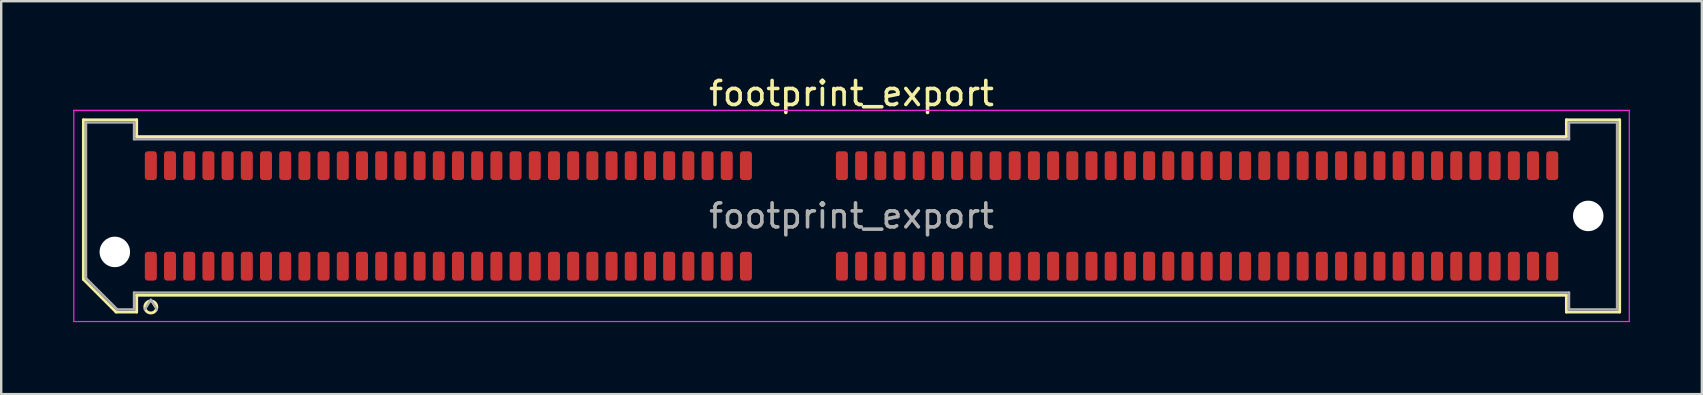
<source format=kicad_pcb>
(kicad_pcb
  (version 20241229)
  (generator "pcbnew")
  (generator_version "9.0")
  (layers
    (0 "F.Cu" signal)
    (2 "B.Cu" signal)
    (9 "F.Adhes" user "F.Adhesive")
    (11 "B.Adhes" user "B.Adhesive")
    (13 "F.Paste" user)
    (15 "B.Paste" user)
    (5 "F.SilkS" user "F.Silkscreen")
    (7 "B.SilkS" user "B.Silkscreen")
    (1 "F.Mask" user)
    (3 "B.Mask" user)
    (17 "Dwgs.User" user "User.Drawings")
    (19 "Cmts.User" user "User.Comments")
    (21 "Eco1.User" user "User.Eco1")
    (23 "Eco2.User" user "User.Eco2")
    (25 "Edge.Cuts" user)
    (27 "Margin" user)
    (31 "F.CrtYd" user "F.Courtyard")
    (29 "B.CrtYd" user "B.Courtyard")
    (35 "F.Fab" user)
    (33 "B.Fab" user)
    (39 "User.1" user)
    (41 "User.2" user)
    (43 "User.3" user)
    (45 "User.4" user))
  (footprint "footprint_export"
    (layer "F.Cu")
    (at 32.435 5.948)
    (property "Reference" "footprint_export" (at 0 -5.1 0) (layer "F.SilkS") (effects (font (size 1 1) (thickness 0.15))))
    (attr smd)
    (fp_line (start -32.01 -4.005) (end -29.79 -4.005) (stroke (width 0.12) (type solid)) (layer "F.SilkS"))
    (fp_line (start -32.01 2.641) (end -32.01 -4.005) (stroke (width 0.12) (type solid)) (layer "F.SilkS"))
    (fp_line (start -30.646 4.005) (end -32.01 2.641) (stroke (width 0.12) (type solid)) (layer "F.SilkS"))
    (fp_line (start -29.79 -4.005) (end -29.79 -3.305) (stroke (width 0.12) (type solid)) (layer "F.SilkS"))
    (fp_line (start -29.79 -3.305) (end 29.79 -3.305) (stroke (width 0.12) (type solid)) (layer "F.SilkS"))
    (fp_line (start -29.79 3.305) (end -29.79 4.005) (stroke (width 0.12) (type solid)) (layer "F.SilkS"))
    (fp_line (start -29.79 4.005) (end -30.646 4.005) (stroke (width 0.12) (type solid)) (layer "F.SilkS"))
    (fp_line (start 29.79 -4.005) (end 32.01 -4.005) (stroke (width 0.12) (type solid)) (layer "F.SilkS"))
    (fp_line (start 29.79 -3.305) (end 29.79 -4.005) (stroke (width 0.12) (type solid)) (layer "F.SilkS"))
    (fp_line (start 29.79 3.305) (end -29.79 3.305) (stroke (width 0.12) (type solid)) (layer "F.SilkS"))
    (fp_line (start 29.79 4.005) (end 29.79 3.305) (stroke (width 0.12) (type solid)) (layer "F.SilkS"))
    (fp_line (start 32.01 -4.005) (end 32.01 4.005) (stroke (width 0.12) (type solid)) (layer "F.SilkS"))
    (fp_line (start 32.01 4.005) (end 29.79 4.005) (stroke (width 0.12) (type solid)) (layer "F.SilkS"))
    (fp_arc (start -28.95 3.795) (mid -29.45 3.795) (end -28.95 3.795) (stroke (width 0.12) (type solid)) (layer "F.SilkS"))
    (fp_line (start -32.41 -4.4) (end -32.41 4.4) (stroke (width 0.05) (type solid)) (layer "F.CrtYd"))
    (fp_line (start -32.41 4.4) (end 32.41 4.4) (stroke (width 0.05) (type solid)) (layer "F.CrtYd"))
    (fp_line (start 32.41 -4.4) (end -32.41 -4.4) (stroke (width 0.05) (type solid)) (layer "F.CrtYd"))
    (fp_line (start 32.41 4.4) (end 32.41 -4.4) (stroke (width 0.05) (type solid)) (layer "F.CrtYd"))
    (fp_line (start -31.9 -3.895) (end -29.9 -3.895) (stroke (width 0.1) (type solid)) (layer "F.Fab"))
    (fp_line (start -31.9 2.595) (end -31.9 -3.895) (stroke (width 0.1) (type solid)) (layer "F.Fab"))
    (fp_line (start -30.6 3.895) (end -31.9 2.595) (stroke (width 0.1) (type solid)) (layer "F.Fab"))
    (fp_line (start -29.9 -3.895) (end -29.9 -3.195) (stroke (width 0.1) (type solid)) (layer "F.Fab"))
    (fp_line (start -29.9 -3.195) (end 29.9 -3.195) (stroke (width 0.1) (type solid)) (layer "F.Fab"))
    (fp_line (start -29.9 3.195) (end -29.9 3.895) (stroke (width 0.1) (type solid)) (layer "F.Fab"))
    (fp_line (start -29.9 3.895) (end -30.6 3.895) (stroke (width 0.1) (type solid)) (layer "F.Fab"))
    (fp_line (start -29.2 3.495) (end -29.45 3.895) (stroke (width 0.1) (type solid)) (layer "F.Fab"))
    (fp_line (start -29.2 3.495) (end -28.95 3.895) (stroke (width 0.1) (type solid)) (layer "F.Fab"))
    (fp_line (start 29.9 -3.895) (end 31.9 -3.895) (stroke (width 0.1) (type solid)) (layer "F.Fab"))
    (fp_line (start 29.9 -3.195) (end 29.9 -3.895) (stroke (width 0.1) (type solid)) (layer "F.Fab"))
    (fp_line (start 29.9 3.195) (end -29.9 3.195) (stroke (width 0.1) (type solid)) (layer "F.Fab"))
    (fp_line (start 29.9 3.895) (end 29.9 3.195) (stroke (width 0.1) (type solid)) (layer "F.Fab"))
    (fp_line (start 31.9 -3.895) (end 31.9 3.895) (stroke (width 0.1) (type solid)) (layer "F.Fab"))
    (fp_line (start 31.9 3.895) (end 29.9 3.895) (stroke (width 0.1) (type solid)) (layer "F.Fab"))
    (fp_text user "${REFERENCE}" (at 0 0 0) (layer "F.Fab") (effects (font (size 1 1) (thickness 0.15))))
    (pad "" np_thru_hole circle (at -30.7 1.5) (size 1.27 1.27) (drill 1.27) (layers "*.Cu" "*.Mask"))
    (pad "" np_thru_hole circle (at 30.7 0) (size 1.27 1.27) (drill 1.27) (layers "*.Cu" "*.Mask"))
    (pad "1" smd roundrect (at -29.2 2.095) (size 0.5 1.2) (layers "F.Cu" "F.Mask" "F.Paste") (roundrect_rratio 0.25))
    (pad "2" smd roundrect (at -29.2 -2.095) (size 0.5 1.2) (layers "F.Cu" "F.Mask" "F.Paste") (roundrect_rratio 0.25))
    (pad "3" smd roundrect (at -28.4 2.095) (size 0.5 1.2) (layers "F.Cu" "F.Mask" "F.Paste") (roundrect_rratio 0.25))
    (pad "4" smd roundrect (at -28.4 -2.095) (size 0.5 1.2) (layers "F.Cu" "F.Mask" "F.Paste") (roundrect_rratio 0.25))
    (pad "5" smd roundrect (at -27.6 2.095) (size 0.5 1.2) (layers "F.Cu" "F.Mask" "F.Paste") (roundrect_rratio 0.25))
    (pad "6" smd roundrect (at -27.6 -2.095) (size 0.5 1.2) (layers "F.Cu" "F.Mask" "F.Paste") (roundrect_rratio 0.25))
    (pad "7" smd roundrect (at -26.8 2.095) (size 0.5 1.2) (layers "F.Cu" "F.Mask" "F.Paste") (roundrect_rratio 0.25))
    (pad "8" smd roundrect (at -26.8 -2.095) (size 0.5 1.2) (layers "F.Cu" "F.Mask" "F.Paste") (roundrect_rratio 0.25))
    (pad "9" smd roundrect (at -26 2.095) (size 0.5 1.2) (layers "F.Cu" "F.Mask" "F.Paste") (roundrect_rratio 0.25))
    (pad "10" smd roundrect (at -26 -2.095) (size 0.5 1.2) (layers "F.Cu" "F.Mask" "F.Paste") (roundrect_rratio 0.25))
    (pad "11" smd roundrect (at -25.2 2.095) (size 0.5 1.2) (layers "F.Cu" "F.Mask" "F.Paste") (roundrect_rratio 0.25))
    (pad "12" smd roundrect (at -25.2 -2.095) (size 0.5 1.2) (layers "F.Cu" "F.Mask" "F.Paste") (roundrect_rratio 0.25))
    (pad "13" smd roundrect (at -24.4 2.095) (size 0.5 1.2) (layers "F.Cu" "F.Mask" "F.Paste") (roundrect_rratio 0.25))
    (pad "14" smd roundrect (at -24.4 -2.095) (size 0.5 1.2) (layers "F.Cu" "F.Mask" "F.Paste") (roundrect_rratio 0.25))
    (pad "15" smd roundrect (at -23.6 2.095) (size 0.5 1.2) (layers "F.Cu" "F.Mask" "F.Paste") (roundrect_rratio 0.25))
    (pad "16" smd roundrect (at -23.6 -2.095) (size 0.5 1.2) (layers "F.Cu" "F.Mask" "F.Paste") (roundrect_rratio 0.25))
    (pad "17" smd roundrect (at -22.8 2.095) (size 0.5 1.2) (layers "F.Cu" "F.Mask" "F.Paste") (roundrect_rratio 0.25))
    (pad "18" smd roundrect (at -22.8 -2.095) (size 0.5 1.2) (layers "F.Cu" "F.Mask" "F.Paste") (roundrect_rratio 0.25))
    (pad "19" smd roundrect (at -22 2.095) (size 0.5 1.2) (layers "F.Cu" "F.Mask" "F.Paste") (roundrect_rratio 0.25))
    (pad "20" smd roundrect (at -22 -2.095) (size 0.5 1.2) (layers "F.Cu" "F.Mask" "F.Paste") (roundrect_rratio 0.25))
    (pad "21" smd roundrect (at -21.2 2.095) (size 0.5 1.2) (layers "F.Cu" "F.Mask" "F.Paste") (roundrect_rratio 0.25))
    (pad "22" smd roundrect (at -21.2 -2.095) (size 0.5 1.2) (layers "F.Cu" "F.Mask" "F.Paste") (roundrect_rratio 0.25))
    (pad "23" smd roundrect (at -20.4 2.095) (size 0.5 1.2) (layers "F.Cu" "F.Mask" "F.Paste") (roundrect_rratio 0.25))
    (pad "24" smd roundrect (at -20.4 -2.095) (size 0.5 1.2) (layers "F.Cu" "F.Mask" "F.Paste") (roundrect_rratio 0.25))
    (pad "25" smd roundrect (at -19.6 2.095) (size 0.5 1.2) (layers "F.Cu" "F.Mask" "F.Paste") (roundrect_rratio 0.25))
    (pad "26" smd roundrect (at -19.6 -2.095) (size 0.5 1.2) (layers "F.Cu" "F.Mask" "F.Paste") (roundrect_rratio 0.25))
    (pad "27" smd roundrect (at -18.8 2.095) (size 0.5 1.2) (layers "F.Cu" "F.Mask" "F.Paste") (roundrect_rratio 0.25))
    (pad "28" smd roundrect (at -18.8 -2.095) (size 0.5 1.2) (layers "F.Cu" "F.Mask" "F.Paste") (roundrect_rratio 0.25))
    (pad "29" smd roundrect (at -18 2.095) (size 0.5 1.2) (layers "F.Cu" "F.Mask" "F.Paste") (roundrect_rratio 0.25))
    (pad "30" smd roundrect (at -18 -2.095) (size 0.5 1.2) (layers "F.Cu" "F.Mask" "F.Paste") (roundrect_rratio 0.25))
    (pad "31" smd roundrect (at -17.2 2.095) (size 0.5 1.2) (layers "F.Cu" "F.Mask" "F.Paste") (roundrect_rratio 0.25))
    (pad "32" smd roundrect (at -17.2 -2.095) (size 0.5 1.2) (layers "F.Cu" "F.Mask" "F.Paste") (roundrect_rratio 0.25))
    (pad "33" smd roundrect (at -16.4 2.095) (size 0.5 1.2) (layers "F.Cu" "F.Mask" "F.Paste") (roundrect_rratio 0.25))
    (pad "34" smd roundrect (at -16.4 -2.095) (size 0.5 1.2) (layers "F.Cu" "F.Mask" "F.Paste") (roundrect_rratio 0.25))
    (pad "35" smd roundrect (at -15.6 2.095) (size 0.5 1.2) (layers "F.Cu" "F.Mask" "F.Paste") (roundrect_rratio 0.25))
    (pad "36" smd roundrect (at -15.6 -2.095) (size 0.5 1.2) (layers "F.Cu" "F.Mask" "F.Paste") (roundrect_rratio 0.25))
    (pad "37" smd roundrect (at -14.8 2.095) (size 0.5 1.2) (layers "F.Cu" "F.Mask" "F.Paste") (roundrect_rratio 0.25))
    (pad "38" smd roundrect (at -14.8 -2.095) (size 0.5 1.2) (layers "F.Cu" "F.Mask" "F.Paste") (roundrect_rratio 0.25))
    (pad "39" smd roundrect (at -14 2.095) (size 0.5 1.2) (layers "F.Cu" "F.Mask" "F.Paste") (roundrect_rratio 0.25))
    (pad "40" smd roundrect (at -14 -2.095) (size 0.5 1.2) (layers "F.Cu" "F.Mask" "F.Paste") (roundrect_rratio 0.25))
    (pad "41" smd roundrect (at -13.2 2.095) (size 0.5 1.2) (layers "F.Cu" "F.Mask" "F.Paste") (roundrect_rratio 0.25))
    (pad "42" smd roundrect (at -13.2 -2.095) (size 0.5 1.2) (layers "F.Cu" "F.Mask" "F.Paste") (roundrect_rratio 0.25))
    (pad "43" smd roundrect (at -12.4 2.095) (size 0.5 1.2) (layers "F.Cu" "F.Mask" "F.Paste") (roundrect_rratio 0.25))
    (pad "44" smd roundrect (at -12.4 -2.095) (size 0.5 1.2) (layers "F.Cu" "F.Mask" "F.Paste") (roundrect_rratio 0.25))
    (pad "45" smd roundrect (at -11.6 2.095) (size 0.5 1.2) (layers "F.Cu" "F.Mask" "F.Paste") (roundrect_rratio 0.25))
    (pad "46" smd roundrect (at -11.6 -2.095) (size 0.5 1.2) (layers "F.Cu" "F.Mask" "F.Paste") (roundrect_rratio 0.25))
    (pad "47" smd roundrect (at -10.8 2.095) (size 0.5 1.2) (layers "F.Cu" "F.Mask" "F.Paste") (roundrect_rratio 0.25))
    (pad "48" smd roundrect (at -10.8 -2.095) (size 0.5 1.2) (layers "F.Cu" "F.Mask" "F.Paste") (roundrect_rratio 0.25))
    (pad "49" smd roundrect (at -10 2.095) (size 0.5 1.2) (layers "F.Cu" "F.Mask" "F.Paste") (roundrect_rratio 0.25))
    (pad "50" smd roundrect (at -10 -2.095) (size 0.5 1.2) (layers "F.Cu" "F.Mask" "F.Paste") (roundrect_rratio 0.25))
    (pad "51" smd roundrect (at -9.2 2.095) (size 0.5 1.2) (layers "F.Cu" "F.Mask" "F.Paste") (roundrect_rratio 0.25))
    (pad "52" smd roundrect (at -9.2 -2.095) (size 0.5 1.2) (layers "F.Cu" "F.Mask" "F.Paste") (roundrect_rratio 0.25))
    (pad "53" smd roundrect (at -8.4 2.095) (size 0.5 1.2) (layers "F.Cu" "F.Mask" "F.Paste") (roundrect_rratio 0.25))
    (pad "54" smd roundrect (at -8.4 -2.095) (size 0.5 1.2) (layers "F.Cu" "F.Mask" "F.Paste") (roundrect_rratio 0.25))
    (pad "55" smd roundrect (at -7.6 2.095) (size 0.5 1.2) (layers "F.Cu" "F.Mask" "F.Paste") (roundrect_rratio 0.25))
    (pad "56" smd roundrect (at -7.6 -2.095) (size 0.5 1.2) (layers "F.Cu" "F.Mask" "F.Paste") (roundrect_rratio 0.25))
    (pad "57" smd roundrect (at -6.8 2.095) (size 0.5 1.2) (layers "F.Cu" "F.Mask" "F.Paste") (roundrect_rratio 0.25))
    (pad "58" smd roundrect (at -6.8 -2.095) (size 0.5 1.2) (layers "F.Cu" "F.Mask" "F.Paste") (roundrect_rratio 0.25))
    (pad "59" smd roundrect (at -6 2.095) (size 0.5 1.2) (layers "F.Cu" "F.Mask" "F.Paste") (roundrect_rratio 0.25))
    (pad "60" smd roundrect (at -6 -2.095) (size 0.5 1.2) (layers "F.Cu" "F.Mask" "F.Paste") (roundrect_rratio 0.25))
    (pad "61" smd roundrect (at -5.2 2.095) (size 0.5 1.2) (layers "F.Cu" "F.Mask" "F.Paste") (roundrect_rratio 0.25))
    (pad "62" smd roundrect (at -5.2 -2.095) (size 0.5 1.2) (layers "F.Cu" "F.Mask" "F.Paste") (roundrect_rratio 0.25))
    (pad "63" smd roundrect (at -4.4 2.095) (size 0.5 1.2) (layers "F.Cu" "F.Mask" "F.Paste") (roundrect_rratio 0.25))
    (pad "64" smd roundrect (at -4.4 -2.095) (size 0.5 1.2) (layers "F.Cu" "F.Mask" "F.Paste") (roundrect_rratio 0.25))
    (pad "65" smd roundrect (at -0.4 2.095) (size 0.5 1.2) (layers "F.Cu" "F.Mask" "F.Paste") (roundrect_rratio 0.25))
    (pad "66" smd roundrect (at -0.4 -2.095) (size 0.5 1.2) (layers "F.Cu" "F.Mask" "F.Paste") (roundrect_rratio 0.25))
    (pad "67" smd roundrect (at 0.4 2.095) (size 0.5 1.2) (layers "F.Cu" "F.Mask" "F.Paste") (roundrect_rratio 0.25))
    (pad "68" smd roundrect (at 0.4 -2.095) (size 0.5 1.2) (layers "F.Cu" "F.Mask" "F.Paste") (roundrect_rratio 0.25))
    (pad "69" smd roundrect (at 1.2 2.095) (size 0.5 1.2) (layers "F.Cu" "F.Mask" "F.Paste") (roundrect_rratio 0.25))
    (pad "70" smd roundrect (at 1.2 -2.095) (size 0.5 1.2) (layers "F.Cu" "F.Mask" "F.Paste") (roundrect_rratio 0.25))
    (pad "71" smd roundrect (at 2 2.095) (size 0.5 1.2) (layers "F.Cu" "F.Mask" "F.Paste") (roundrect_rratio 0.25))
    (pad "72" smd roundrect (at 2 -2.095) (size 0.5 1.2) (layers "F.Cu" "F.Mask" "F.Paste") (roundrect_rratio 0.25))
    (pad "73" smd roundrect (at 2.8 2.095) (size 0.5 1.2) (layers "F.Cu" "F.Mask" "F.Paste") (roundrect_rratio 0.25))
    (pad "74" smd roundrect (at 2.8 -2.095) (size 0.5 1.2) (layers "F.Cu" "F.Mask" "F.Paste") (roundrect_rratio 0.25))
    (pad "75" smd roundrect (at 3.6 2.095) (size 0.5 1.2) (layers "F.Cu" "F.Mask" "F.Paste") (roundrect_rratio 0.25))
    (pad "76" smd roundrect (at 3.6 -2.095) (size 0.5 1.2) (layers "F.Cu" "F.Mask" "F.Paste") (roundrect_rratio 0.25))
    (pad "77" smd roundrect (at 4.4 2.095) (size 0.5 1.2) (layers "F.Cu" "F.Mask" "F.Paste") (roundrect_rratio 0.25))
    (pad "78" smd roundrect (at 4.4 -2.095) (size 0.5 1.2) (layers "F.Cu" "F.Mask" "F.Paste") (roundrect_rratio 0.25))
    (pad "79" smd roundrect (at 5.2 2.095) (size 0.5 1.2) (layers "F.Cu" "F.Mask" "F.Paste") (roundrect_rratio 0.25))
    (pad "80" smd roundrect (at 5.2 -2.095) (size 0.5 1.2) (layers "F.Cu" "F.Mask" "F.Paste") (roundrect_rratio 0.25))
    (pad "81" smd roundrect (at 6 2.095) (size 0.5 1.2) (layers "F.Cu" "F.Mask" "F.Paste") (roundrect_rratio 0.25))
    (pad "82" smd roundrect (at 6 -2.095) (size 0.5 1.2) (layers "F.Cu" "F.Mask" "F.Paste") (roundrect_rratio 0.25))
    (pad "83" smd roundrect (at 6.8 2.095) (size 0.5 1.2) (layers "F.Cu" "F.Mask" "F.Paste") (roundrect_rratio 0.25))
    (pad "84" smd roundrect (at 6.8 -2.095) (size 0.5 1.2) (layers "F.Cu" "F.Mask" "F.Paste") (roundrect_rratio 0.25))
    (pad "85" smd roundrect (at 7.6 2.095) (size 0.5 1.2) (layers "F.Cu" "F.Mask" "F.Paste") (roundrect_rratio 0.25))
    (pad "86" smd roundrect (at 7.6 -2.095) (size 0.5 1.2) (layers "F.Cu" "F.Mask" "F.Paste") (roundrect_rratio 0.25))
    (pad "87" smd roundrect (at 8.4 2.095) (size 0.5 1.2) (layers "F.Cu" "F.Mask" "F.Paste") (roundrect_rratio 0.25))
    (pad "88" smd roundrect (at 8.4 -2.095) (size 0.5 1.2) (layers "F.Cu" "F.Mask" "F.Paste") (roundrect_rratio 0.25))
    (pad "89" smd roundrect (at 9.2 2.095) (size 0.5 1.2) (layers "F.Cu" "F.Mask" "F.Paste") (roundrect_rratio 0.25))
    (pad "90" smd roundrect (at 9.2 -2.095) (size 0.5 1.2) (layers "F.Cu" "F.Mask" "F.Paste") (roundrect_rratio 0.25))
    (pad "91" smd roundrect (at 10 2.095) (size 0.5 1.2) (layers "F.Cu" "F.Mask" "F.Paste") (roundrect_rratio 0.25))
    (pad "92" smd roundrect (at 10 -2.095) (size 0.5 1.2) (layers "F.Cu" "F.Mask" "F.Paste") (roundrect_rratio 0.25))
    (pad "93" smd roundrect (at 10.8 2.095) (size 0.5 1.2) (layers "F.Cu" "F.Mask" "F.Paste") (roundrect_rratio 0.25))
    (pad "94" smd roundrect (at 10.8 -2.095) (size 0.5 1.2) (layers "F.Cu" "F.Mask" "F.Paste") (roundrect_rratio 0.25))
    (pad "95" smd roundrect (at 11.6 2.095) (size 0.5 1.2) (layers "F.Cu" "F.Mask" "F.Paste") (roundrect_rratio 0.25))
    (pad "96" smd roundrect (at 11.6 -2.095) (size 0.5 1.2) (layers "F.Cu" "F.Mask" "F.Paste") (roundrect_rratio 0.25))
    (pad "97" smd roundrect (at 12.4 2.095) (size 0.5 1.2) (layers "F.Cu" "F.Mask" "F.Paste") (roundrect_rratio 0.25))
    (pad "98" smd roundrect (at 12.4 -2.095) (size 0.5 1.2) (layers "F.Cu" "F.Mask" "F.Paste") (roundrect_rratio 0.25))
    (pad "99" smd roundrect (at 13.2 2.095) (size 0.5 1.2) (layers "F.Cu" "F.Mask" "F.Paste") (roundrect_rratio 0.25))
    (pad "100" smd roundrect (at 13.2 -2.095) (size 0.5 1.2) (layers "F.Cu" "F.Mask" "F.Paste") (roundrect_rratio 0.25))
    (pad "101" smd roundrect (at 14 2.095) (size 0.5 1.2) (layers "F.Cu" "F.Mask" "F.Paste") (roundrect_rratio 0.25))
    (pad "102" smd roundrect (at 14 -2.095) (size 0.5 1.2) (layers "F.Cu" "F.Mask" "F.Paste") (roundrect_rratio 0.25))
    (pad "103" smd roundrect (at 14.8 2.095) (size 0.5 1.2) (layers "F.Cu" "F.Mask" "F.Paste") (roundrect_rratio 0.25))
    (pad "104" smd roundrect (at 14.8 -2.095) (size 0.5 1.2) (layers "F.Cu" "F.Mask" "F.Paste") (roundrect_rratio 0.25))
    (pad "105" smd roundrect (at 15.6 2.095) (size 0.5 1.2) (layers "F.Cu" "F.Mask" "F.Paste") (roundrect_rratio 0.25))
    (pad "106" smd roundrect (at 15.6 -2.095) (size 0.5 1.2) (layers "F.Cu" "F.Mask" "F.Paste") (roundrect_rratio 0.25))
    (pad "107" smd roundrect (at 16.4 2.095) (size 0.5 1.2) (layers "F.Cu" "F.Mask" "F.Paste") (roundrect_rratio 0.25))
    (pad "108" smd roundrect (at 16.4 -2.095) (size 0.5 1.2) (layers "F.Cu" "F.Mask" "F.Paste") (roundrect_rratio 0.25))
    (pad "109" smd roundrect (at 17.2 2.095) (size 0.5 1.2) (layers "F.Cu" "F.Mask" "F.Paste") (roundrect_rratio 0.25))
    (pad "110" smd roundrect (at 17.2 -2.095) (size 0.5 1.2) (layers "F.Cu" "F.Mask" "F.Paste") (roundrect_rratio 0.25))
    (pad "111" smd roundrect (at 18 2.095) (size 0.5 1.2) (layers "F.Cu" "F.Mask" "F.Paste") (roundrect_rratio 0.25))
    (pad "112" smd roundrect (at 18 -2.095) (size 0.5 1.2) (layers "F.Cu" "F.Mask" "F.Paste") (roundrect_rratio 0.25))
    (pad "113" smd roundrect (at 18.8 2.095) (size 0.5 1.2) (layers "F.Cu" "F.Mask" "F.Paste") (roundrect_rratio 0.25))
    (pad "114" smd roundrect (at 18.8 -2.095) (size 0.5 1.2) (layers "F.Cu" "F.Mask" "F.Paste") (roundrect_rratio 0.25))
    (pad "115" smd roundrect (at 19.6 2.095) (size 0.5 1.2) (layers "F.Cu" "F.Mask" "F.Paste") (roundrect_rratio 0.25))
    (pad "116" smd roundrect (at 19.6 -2.095) (size 0.5 1.2) (layers "F.Cu" "F.Mask" "F.Paste") (roundrect_rratio 0.25))
    (pad "117" smd roundrect (at 20.4 2.095) (size 0.5 1.2) (layers "F.Cu" "F.Mask" "F.Paste") (roundrect_rratio 0.25))
    (pad "118" smd roundrect (at 20.4 -2.095) (size 0.5 1.2) (layers "F.Cu" "F.Mask" "F.Paste") (roundrect_rratio 0.25))
    (pad "119" smd roundrect (at 21.2 2.095) (size 0.5 1.2) (layers "F.Cu" "F.Mask" "F.Paste") (roundrect_rratio 0.25))
    (pad "120" smd roundrect (at 21.2 -2.095) (size 0.5 1.2) (layers "F.Cu" "F.Mask" "F.Paste") (roundrect_rratio 0.25))
    (pad "121" smd roundrect (at 22 2.095) (size 0.5 1.2) (layers "F.Cu" "F.Mask" "F.Paste") (roundrect_rratio 0.25))
    (pad "122" smd roundrect (at 22 -2.095) (size 0.5 1.2) (layers "F.Cu" "F.Mask" "F.Paste") (roundrect_rratio 0.25))
    (pad "123" smd roundrect (at 22.8 2.095) (size 0.5 1.2) (layers "F.Cu" "F.Mask" "F.Paste") (roundrect_rratio 0.25))
    (pad "124" smd roundrect (at 22.8 -2.095) (size 0.5 1.2) (layers "F.Cu" "F.Mask" "F.Paste") (roundrect_rratio 0.25))
    (pad "125" smd roundrect (at 23.6 2.095) (size 0.5 1.2) (layers "F.Cu" "F.Mask" "F.Paste") (roundrect_rratio 0.25))
    (pad "126" smd roundrect (at 23.6 -2.095) (size 0.5 1.2) (layers "F.Cu" "F.Mask" "F.Paste") (roundrect_rratio 0.25))
    (pad "127" smd roundrect (at 24.4 2.095) (size 0.5 1.2) (layers "F.Cu" "F.Mask" "F.Paste") (roundrect_rratio 0.25))
    (pad "128" smd roundrect (at 24.4 -2.095) (size 0.5 1.2) (layers "F.Cu" "F.Mask" "F.Paste") (roundrect_rratio 0.25))
    (pad "129" smd roundrect (at 25.2 2.095) (size 0.5 1.2) (layers "F.Cu" "F.Mask" "F.Paste") (roundrect_rratio 0.25))
    (pad "130" smd roundrect (at 25.2 -2.095) (size 0.5 1.2) (layers "F.Cu" "F.Mask" "F.Paste") (roundrect_rratio 0.25))
    (pad "131" smd roundrect (at 26 2.095) (size 0.5 1.2) (layers "F.Cu" "F.Mask" "F.Paste") (roundrect_rratio 0.25))
    (pad "132" smd roundrect (at 26 -2.095) (size 0.5 1.2) (layers "F.Cu" "F.Mask" "F.Paste") (roundrect_rratio 0.25))
    (pad "133" smd roundrect (at 26.8 2.095) (size 0.5 1.2) (layers "F.Cu" "F.Mask" "F.Paste") (roundrect_rratio 0.25))
    (pad "134" smd roundrect (at 26.8 -2.095) (size 0.5 1.2) (layers "F.Cu" "F.Mask" "F.Paste") (roundrect_rratio 0.25))
    (pad "135" smd roundrect (at 27.6 2.095) (size 0.5 1.2) (layers "F.Cu" "F.Mask" "F.Paste") (roundrect_rratio 0.25))
    (pad "136" smd roundrect (at 27.6 -2.095) (size 0.5 1.2) (layers "F.Cu" "F.Mask" "F.Paste") (roundrect_rratio 0.25))
    (pad "137" smd roundrect (at 28.4 2.095) (size 0.5 1.2) (layers "F.Cu" "F.Mask" "F.Paste") (roundrect_rratio 0.25))
    (pad "138" smd roundrect (at 28.4 -2.095) (size 0.5 1.2) (layers "F.Cu" "F.Mask" "F.Paste") (roundrect_rratio 0.25))
    (pad "139" smd roundrect (at 29.2 2.095) (size 0.5 1.2) (layers "F.Cu" "F.Mask" "F.Paste") (roundrect_rratio 0.25))
    (pad "140" smd roundrect (at 29.2 -2.095) (size 0.5 1.2) (layers "F.Cu" "F.Mask" "F.Paste") (roundrect_rratio 0.25)))
  (gr_rect
    (start -3 -3)
    (end 67.87 13.373)
    (stroke (width 0.1) (type default))
    (fill no)
    (layer "Edge.Cuts")))
</source>
